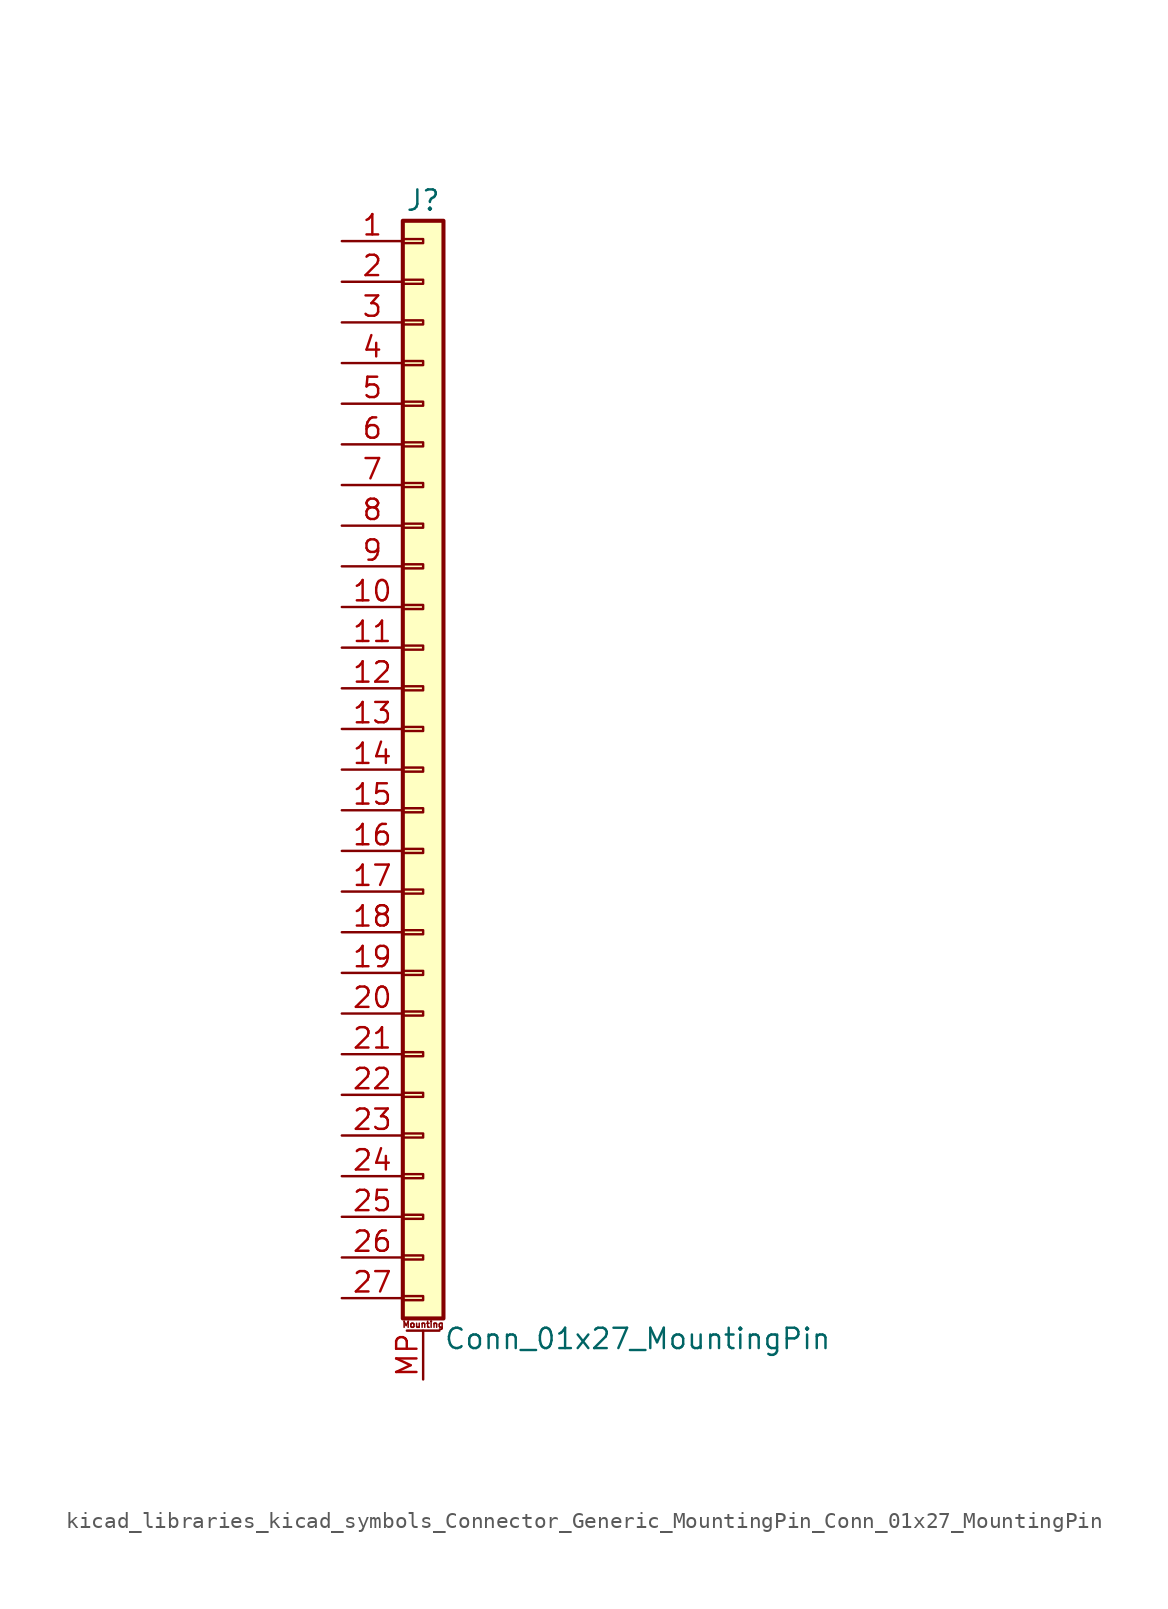
<source format=kicad_sym>
(kicad_symbol_lib
  (version 20220914)
  (generator kicad_symbol_editor)
  (symbol "kicad_libraries_kicad_symbols_Connector_Generic_MountingPin_Conn_01x27_MountingPin"
    (pin_names
      (offset 1.016) hide)
    (property "Reference" "J"
      (at 0 35.56 0)
      (effects (font (size 1.27 1.27))))
    (property "Value" "Conn_01x27_MountingPin"
      (at 1.27 -35.56 0)
      (effects (font (size 1.27 1.27)) (justify left)))
    (symbol "kicad_libraries_kicad_symbols_Connector_Generic_MountingPin_Conn_01x27_MountingPin_1_1"
      (rectangle (start -1.27 -32.893) (end 0 -33.147) (stroke (width 0.152) (type default)) (fill (type none)))
      (rectangle (start -1.27 -30.353) (end 0 -30.607) (stroke (width 0.152) (type default)) (fill (type none)))
      (rectangle (start -1.27 -27.813) (end 0 -28.067) (stroke (width 0.152) (type default)) (fill (type none)))
      (rectangle (start -1.27 -25.273) (end 0 -25.527) (stroke (width 0.152) (type default)) (fill (type none)))
      (rectangle (start -1.27 -22.733) (end 0 -22.987) (stroke (width 0.152) (type default)) (fill (type none)))
      (rectangle (start -1.27 -20.193) (end 0 -20.447) (stroke (width 0.152) (type default)) (fill (type none)))
      (rectangle (start -1.27 -17.653) (end 0 -17.907) (stroke (width 0.152) (type default)) (fill (type none)))
      (rectangle (start -1.27 -15.113) (end 0 -15.367) (stroke (width 0.152) (type default)) (fill (type none)))
      (rectangle (start -1.27 -12.573) (end 0 -12.827) (stroke (width 0.152) (type default)) (fill (type none)))
      (rectangle (start -1.27 -10.033) (end 0 -10.287) (stroke (width 0.152) (type default)) (fill (type none)))
      (rectangle (start -1.27 -7.493) (end 0 -7.747) (stroke (width 0.152) (type default)) (fill (type none)))
      (rectangle (start -1.27 -4.953) (end 0 -5.207) (stroke (width 0.152) (type default)) (fill (type none)))
      (rectangle (start -1.27 -2.413) (end 0 -2.667) (stroke (width 0.152) (type default)) (fill (type none)))
      (rectangle (start -1.27 0.127) (end 0 -0.127) (stroke (width 0.152) (type default)) (fill (type none)))
      (rectangle (start -1.27 2.667) (end 0 2.413) (stroke (width 0.152) (type default)) (fill (type none)))
      (rectangle (start -1.27 5.207) (end 0 4.953) (stroke (width 0.152) (type default)) (fill (type none)))
      (rectangle (start -1.27 7.747) (end 0 7.493) (stroke (width 0.152) (type default)) (fill (type none)))
      (rectangle (start -1.27 10.287) (end 0 10.033) (stroke (width 0.152) (type default)) (fill (type none)))
      (rectangle (start -1.27 12.827) (end 0 12.573) (stroke (width 0.152) (type default)) (fill (type none)))
      (rectangle (start -1.27 15.367) (end 0 15.113) (stroke (width 0.152) (type default)) (fill (type none)))
      (rectangle (start -1.27 17.907) (end 0 17.653) (stroke (width 0.152) (type default)) (fill (type none)))
      (rectangle (start -1.27 20.447) (end 0 20.193) (stroke (width 0.152) (type default)) (fill (type none)))
      (rectangle (start -1.27 22.987) (end 0 22.733) (stroke (width 0.152) (type default)) (fill (type none)))
      (rectangle (start -1.27 25.527) (end 0 25.273) (stroke (width 0.152) (type default)) (fill (type none)))
      (rectangle (start -1.27 28.067) (end 0 27.813) (stroke (width 0.152) (type default)) (fill (type none)))
      (rectangle (start -1.27 30.607) (end 0 30.353) (stroke (width 0.152) (type default)) (fill (type none)))
      (rectangle (start -1.27 33.147) (end 0 32.893) (stroke (width 0.152) (type default)) (fill (type none)))
      (rectangle (start -1.27 34.29) (end 1.27 -34.29) (stroke (width 0.254) (type default)) (fill (type background)))
      (polyline (pts (xy -1.016 -35.052) (xy 1.016 -35.052)) (stroke (width 0.152) (type default)) (fill (type none)))
      (text "Mounting" (at 0 -34.671 0) (effects (font (size 0.381 0.381))))
      (pin passive line (at -5.08 33.02 0) (length 3.81) (name "Pin_1" (effects (font (size 1.27 1.27)))) (number "1" (effects (font (size 1.27 1.27)))))
      (pin passive line (at -5.08 10.16 0) (length 3.81) (name "Pin_10" (effects (font (size 1.27 1.27)))) (number "10" (effects (font (size 1.27 1.27)))))
      (pin passive line (at -5.08 7.62 0) (length 3.81) (name "Pin_11" (effects (font (size 1.27 1.27)))) (number "11" (effects (font (size 1.27 1.27)))))
      (pin passive line (at -5.08 5.08 0) (length 3.81) (name "Pin_12" (effects (font (size 1.27 1.27)))) (number "12" (effects (font (size 1.27 1.27)))))
      (pin passive line (at -5.08 2.54 0) (length 3.81) (name "Pin_13" (effects (font (size 1.27 1.27)))) (number "13" (effects (font (size 1.27 1.27)))))
      (pin passive line (at -5.08 0 0) (length 3.81) (name "Pin_14" (effects (font (size 1.27 1.27)))) (number "14" (effects (font (size 1.27 1.27)))))
      (pin passive line (at -5.08 -2.54 0) (length 3.81) (name "Pin_15" (effects (font (size 1.27 1.27)))) (number "15" (effects (font (size 1.27 1.27)))))
      (pin passive line (at -5.08 -5.08 0) (length 3.81) (name "Pin_16" (effects (font (size 1.27 1.27)))) (number "16" (effects (font (size 1.27 1.27)))))
      (pin passive line (at -5.08 -7.62 0) (length 3.81) (name "Pin_17" (effects (font (size 1.27 1.27)))) (number "17" (effects (font (size 1.27 1.27)))))
      (pin passive line (at -5.08 -10.16 0) (length 3.81) (name "Pin_18" (effects (font (size 1.27 1.27)))) (number "18" (effects (font (size 1.27 1.27)))))
      (pin passive line (at -5.08 -12.7 0) (length 3.81) (name "Pin_19" (effects (font (size 1.27 1.27)))) (number "19" (effects (font (size 1.27 1.27)))))
      (pin passive line (at -5.08 30.48 0) (length 3.81) (name "Pin_2" (effects (font (size 1.27 1.27)))) (number "2" (effects (font (size 1.27 1.27)))))
      (pin passive line (at -5.08 -15.24 0) (length 3.81) (name "Pin_20" (effects (font (size 1.27 1.27)))) (number "20" (effects (font (size 1.27 1.27)))))
      (pin passive line (at -5.08 -17.78 0) (length 3.81) (name "Pin_21" (effects (font (size 1.27 1.27)))) (number "21" (effects (font (size 1.27 1.27)))))
      (pin passive line (at -5.08 -20.32 0) (length 3.81) (name "Pin_22" (effects (font (size 1.27 1.27)))) (number "22" (effects (font (size 1.27 1.27)))))
      (pin passive line (at -5.08 -22.86 0) (length 3.81) (name "Pin_23" (effects (font (size 1.27 1.27)))) (number "23" (effects (font (size 1.27 1.27)))))
      (pin passive line (at -5.08 -25.4 0) (length 3.81) (name "Pin_24" (effects (font (size 1.27 1.27)))) (number "24" (effects (font (size 1.27 1.27)))))
      (pin passive line (at -5.08 -27.94 0) (length 3.81) (name "Pin_25" (effects (font (size 1.27 1.27)))) (number "25" (effects (font (size 1.27 1.27)))))
      (pin passive line (at -5.08 -30.48 0) (length 3.81) (name "Pin_26" (effects (font (size 1.27 1.27)))) (number "26" (effects (font (size 1.27 1.27)))))
      (pin passive line (at -5.08 -33.02 0) (length 3.81) (name "Pin_27" (effects (font (size 1.27 1.27)))) (number "27" (effects (font (size 1.27 1.27)))))
      (pin passive line (at -5.08 27.94 0) (length 3.81) (name "Pin_3" (effects (font (size 1.27 1.27)))) (number "3" (effects (font (size 1.27 1.27)))))
      (pin passive line (at -5.08 25.4 0) (length 3.81) (name "Pin_4" (effects (font (size 1.27 1.27)))) (number "4" (effects (font (size 1.27 1.27)))))
      (pin passive line (at -5.08 22.86 0) (length 3.81) (name "Pin_5" (effects (font (size 1.27 1.27)))) (number "5" (effects (font (size 1.27 1.27)))))
      (pin passive line (at -5.08 20.32 0) (length 3.81) (name "Pin_6" (effects (font (size 1.27 1.27)))) (number "6" (effects (font (size 1.27 1.27)))))
      (pin passive line (at -5.08 17.78 0) (length 3.81) (name "Pin_7" (effects (font (size 1.27 1.27)))) (number "7" (effects (font (size 1.27 1.27)))))
      (pin passive line (at -5.08 15.24 0) (length 3.81) (name "Pin_8" (effects (font (size 1.27 1.27)))) (number "8" (effects (font (size 1.27 1.27)))))
      (pin passive line (at -5.08 12.7 0) (length 3.81) (name "Pin_9" (effects (font (size 1.27 1.27)))) (number "9" (effects (font (size 1.27 1.27)))))
      (pin passive line (at 0 -38.1 90) (length 3.048) (name "MountPin" (effects (font (size 1.27 1.27)))) (number "MP" (effects (font (size 1.27 1.27))))))))
</source>
